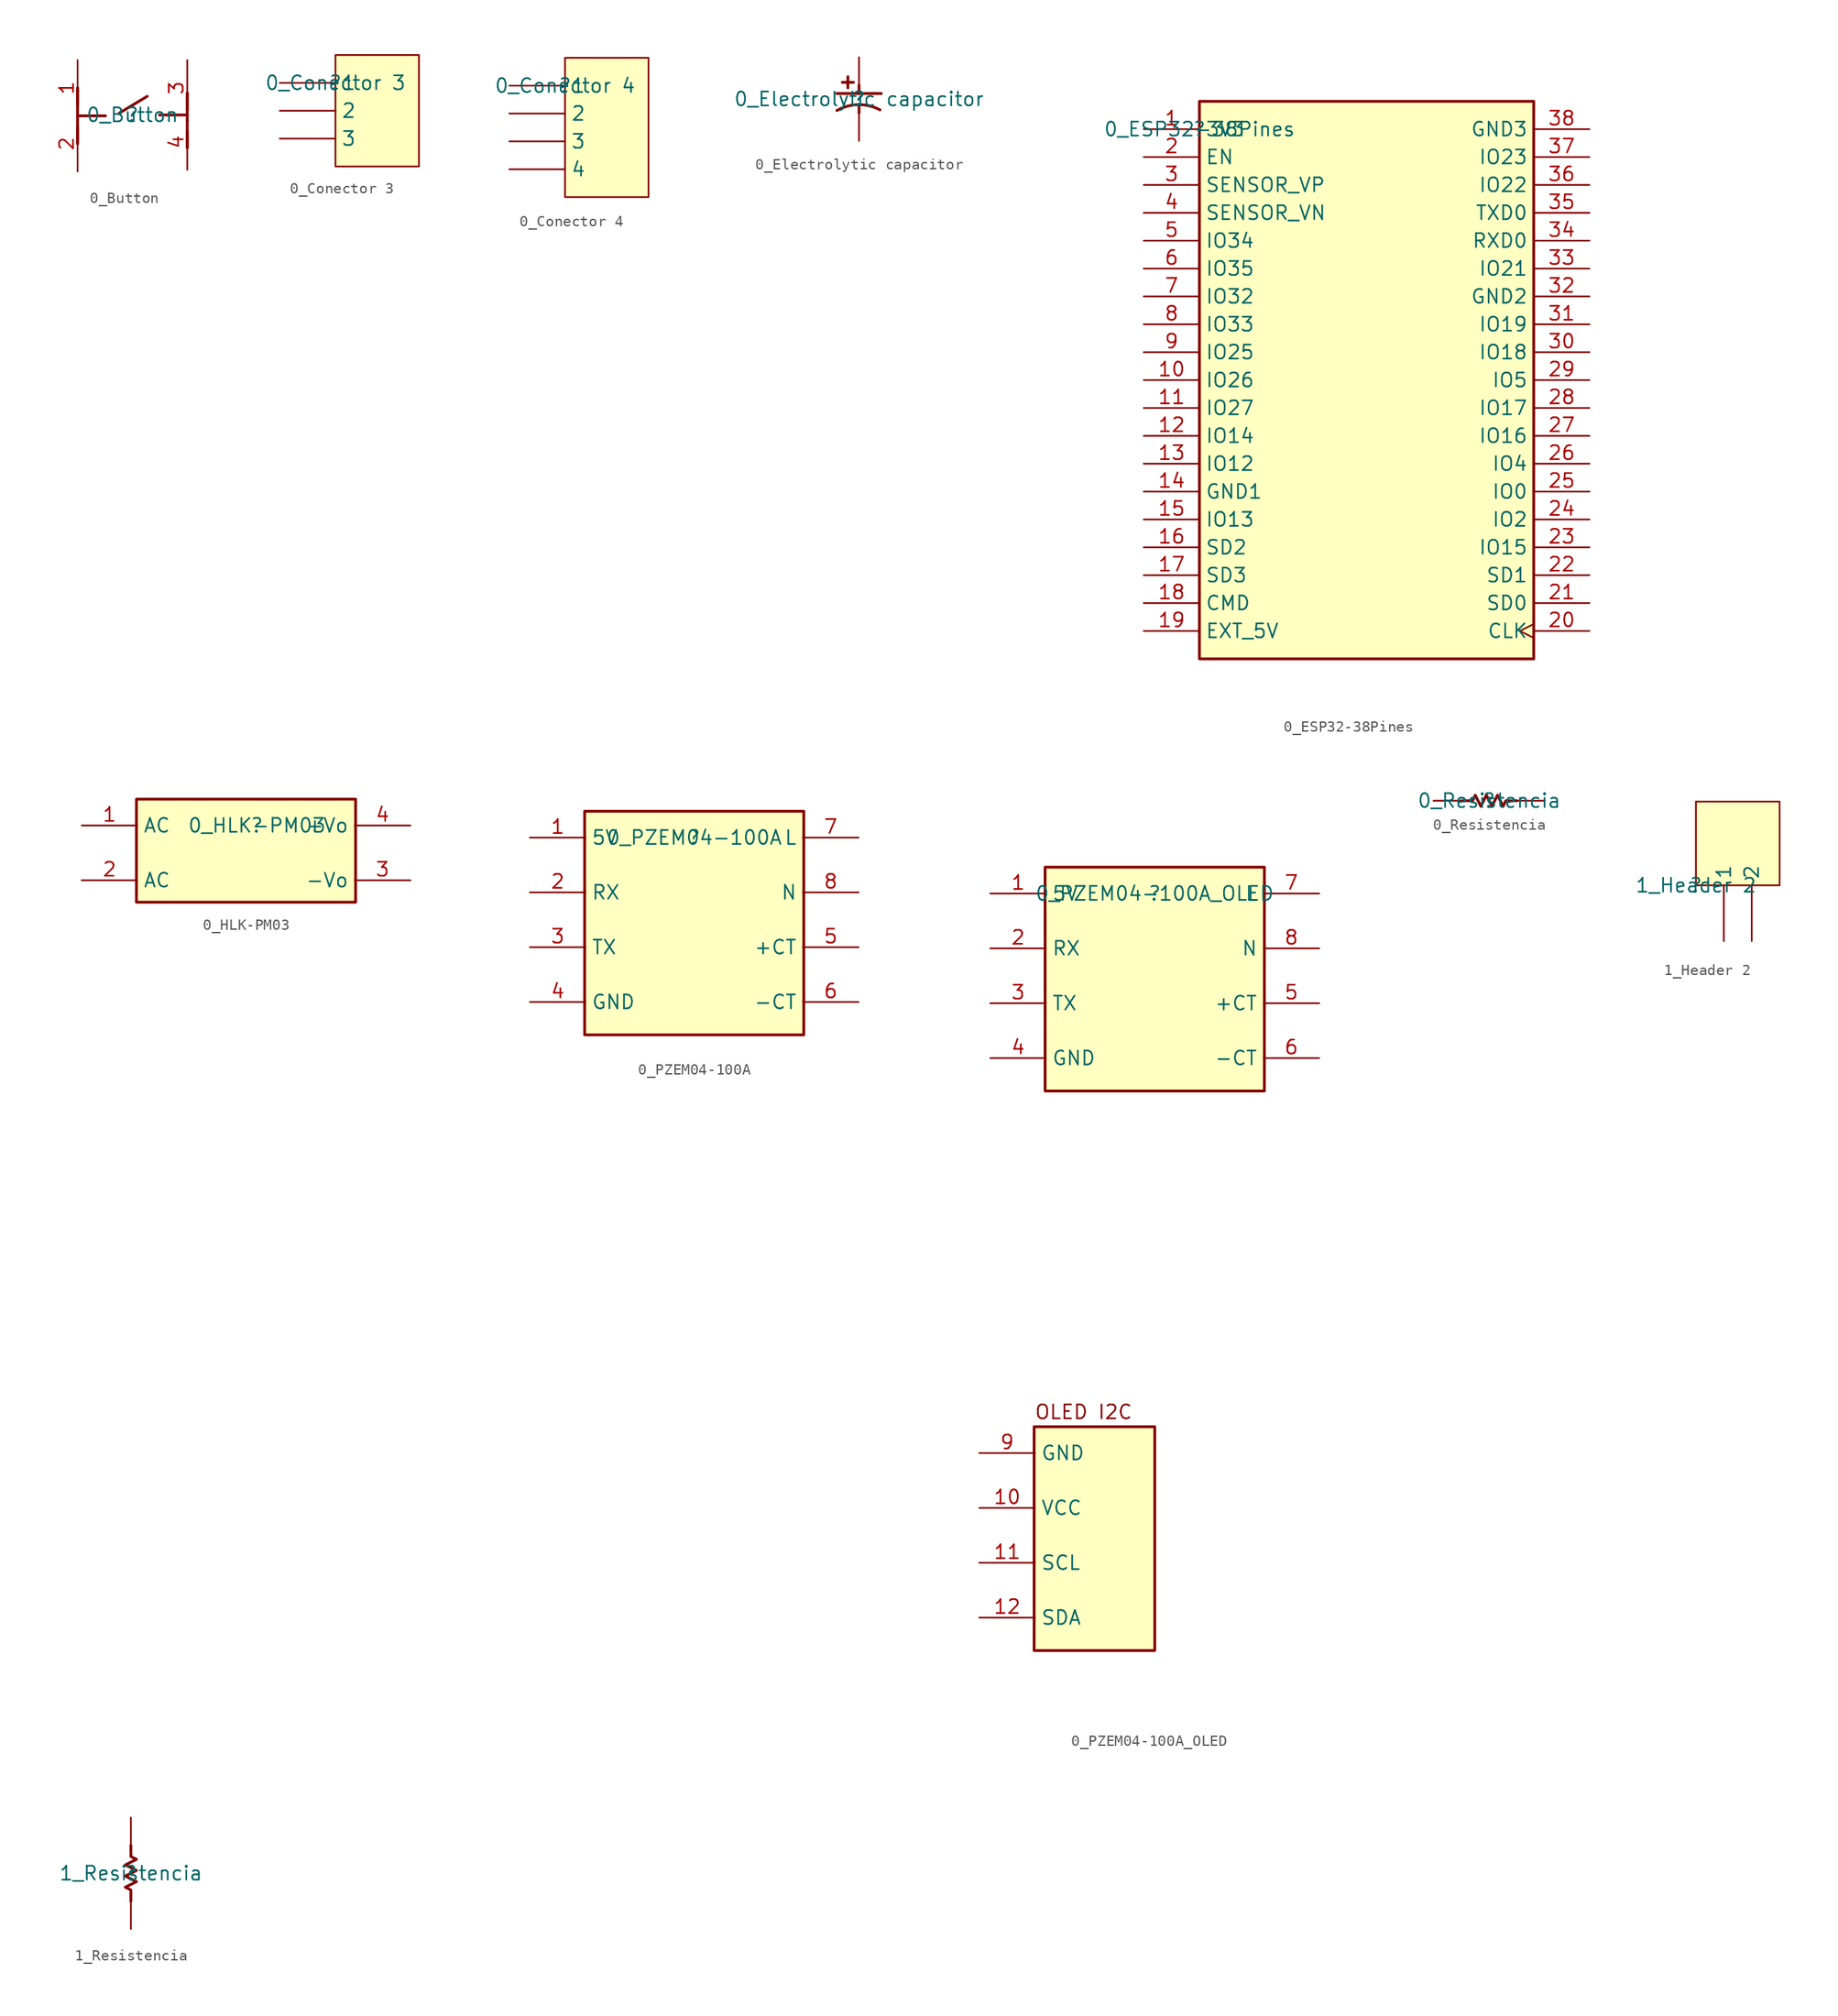
<source format=kicad_sym>
(kicad_symbol_lib
  (version 20211014)
  (generator kicad_symbol_editor)
  (symbol "0_Button"
    (property "Reference" ""
      (at 0 0 0)
      (effects (font (size 1.27 1.27))))
    (property "Value" "0_Button"
      (at 0 0 0)
      (effects (font (size 1.27 1.27))))
    (symbol "0_Button_1_0"
      (polyline (pts (xy -5 -2.62) (xy -5 -1.096)) (stroke (width 0.254) (type default) (color 0 0 0 0)) (fill (type none)))
      (polyline (pts (xy -5 -2.62) (xy -5 -0.08)) (stroke (width 0.254) (type default) (color 0 0 0 0)) (fill (type none)))
      (polyline (pts (xy -5 -0.08) (xy -2.46 -0.08)) (stroke (width 0.254) (type default) (color 0 0 0 0)) (fill (type none)))
      (polyline (pts (xy -5 2.46) (xy -5 -0.08)) (stroke (width 0.254) (type default) (color 0 0 0 0)) (fill (type none)))
      (polyline (pts (xy -5 2.46) (xy -5 0.936)) (stroke (width 0.254) (type default) (color 0 0 0 0)) (fill (type none)))
      (polyline (pts (xy -1.19 0.174) (xy 1.35 1.698)) (stroke (width 0.254) (type default) (color 0 0 0 0)) (fill (type none)))
      (polyline (pts (xy 5 -3) (xy 5 -1.476)) (stroke (width 0.254) (type default) (color 0 0 0 0)) (fill (type none)))
      (polyline (pts (xy 5 -3) (xy 5 -0.46)) (stroke (width 0.254) (type default) (color 0 0 0 0)) (fill (type none)))
      (polyline (pts (xy 5 0) (xy 2.46 0)) (stroke (width 0.254) (type default) (color 0 0 0 0)) (fill (type none)))
      (polyline (pts (xy 5 2) (xy 5 -0.54)) (stroke (width 0.254) (type default) (color 0 0 0 0)) (fill (type none)))
      (polyline (pts (xy 5 2) (xy 5 0.476)) (stroke (width 0.254) (type default) (color 0 0 0 0)) (fill (type none)))
      (pin passive line (at -5 5 270) (length 5.08) (name "1" (effects (font (size 0 0)))) (number "1" (effects (font (size 1.27 1.27)))))
      (pin passive line (at -5 -5.16 90) (length 5.08) (name "2" (effects (font (size 0 0)))) (number "2" (effects (font (size 1.27 1.27)))))
      (pin passive line (at 5 5 270) (length 5.08) (name "3" (effects (font (size 0 0)))) (number "3" (effects (font (size 1.27 1.27)))))
      (pin passive line (at 5 -5 90) (length 5.08) (name "4" (effects (font (size 0 0)))) (number "4" (effects (font (size 1.27 1.27)))))))
  (symbol "0_Conector 3"
    (property "Reference" ""
      (at 0 0 0)
      (effects (font (size 1.27 1.27))))
    (property "Value" "0_Conector 3"
      (at 0 0 0)
      (effects (font (size 1.27 1.27))))
    (symbol "0_Conector 3_1_0"
      (rectangle (start 7.62 2.54) (end 0 -7.62) (stroke (width 0) (type default) (color 0 0 0 0)) (fill (type background)))
      (pin passive line (at -5.08 0 0) (length 5.08) (name "1" (effects (font (size 1.27 1.27)))) (number "1" (effects (font (size 0 0)))))
      (pin passive line (at -5.08 -2.54 0) (length 5.08) (name "2" (effects (font (size 1.27 1.27)))) (number "2" (effects (font (size 0 0)))))
      (pin passive line (at -5.08 -5.08 0) (length 5.08) (name "3" (effects (font (size 1.27 1.27)))) (number "3" (effects (font (size 0 0)))))))
  (symbol "0_Conector 4"
    (property "Reference" ""
      (at 0 0 0)
      (effects (font (size 1.27 1.27))))
    (property "Value" "0_Conector 4"
      (at 0 0 0)
      (effects (font (size 1.27 1.27))))
    (symbol "0_Conector 4_1_0"
      (rectangle (start 7.62 2.54) (end 0 -10.16) (stroke (width 0) (type default) (color 0 0 0 0)) (fill (type background)))
      (pin passive line (at -5.08 0 0) (length 5.08) (name "1" (effects (font (size 1.27 1.27)))) (number "1" (effects (font (size 0 0)))))
      (pin passive line (at -5.08 -2.54 0) (length 5.08) (name "2" (effects (font (size 1.27 1.27)))) (number "2" (effects (font (size 0 0)))))
      (pin passive line (at -5.08 -5.08 0) (length 5.08) (name "3" (effects (font (size 1.27 1.27)))) (number "3" (effects (font (size 0 0)))))
      (pin passive line (at -5.08 -7.62 0) (length 5.08) (name "4" (effects (font (size 1.27 1.27)))) (number "4" (effects (font (size 0 0)))))))
  (symbol "0_Electrolytic capacitor"
    (property "Reference" ""
      (at 0 0 0)
      (effects (font (size 1.27 1.27))))
    (property "Value" "0_Electrolytic capacitor"
      (at 0 0 0)
      (effects (font (size 1.27 1.27))))
    (symbol "0_Electrolytic capacitor_1_0"
      (arc (start 0 -0.508) (mid -1.0431 -0.6441) (end -2.0163 -1.0435) (stroke (width 0.254) (type default) (color 0 0 0 0)) (fill (type none)))
      (polyline (pts (xy -2.032 0.508) (xy 2.032 0.508)) (stroke (width 0.254) (type default) (color 0 0 0 0)) (fill (type none)))
      (polyline (pts (xy -1.524 1.524) (xy -0.508 1.524)) (stroke (width 0.254) (type default) (color 0 0 0 0)) (fill (type none)))
      (polyline (pts (xy -1.016 2.032) (xy -1.016 1.016)) (stroke (width 0.254) (type default) (color 0 0 0 0)) (fill (type none)))
      (polyline (pts (xy 0 -0.508) (xy 0 -1.27)) (stroke (width 0.254) (type default) (color 0 0 0 0)) (fill (type none)))
      (polyline (pts (xy 0 1.27) (xy 0 0.508)) (stroke (width 0.254) (type default) (color 0 0 0 0)) (fill (type none)))
      (arc (start 1.9124 -0.9861) (mid 0.9856 -0.6293) (end 0 -0.508) (stroke (width 0.254) (type default) (color 0 0 0 0)) (fill (type none)))
      (pin passive line (at 0 3.81 270) (length 2.54) (name "1" (effects (font (size 0 0)))) (number "1" (effects (font (size 0 0)))))
      (pin passive line (at 0 -3.81 90) (length 2.54) (name "2" (effects (font (size 0 0)))) (number "2" (effects (font (size 0 0)))))))
  (symbol "0_ESP32-38Pines"
    (property "Reference" ""
      (at 0 0 0)
      (effects (font (size 1.27 1.27))))
    (property "Value" "0_ESP32-38Pines"
      (at 0 0 0)
      (effects (font (size 1.27 1.27))))
    (symbol "0_ESP32-38Pines_1_0"
      (rectangle (start 30.48 2.54) (end 0 -48.26) (stroke (width 0.254) (type default) (color 0 0 0 0)) (fill (type background)))
      (pin power_in line (at -5.08 0 0) (length 5.08) (name "3V3" (effects (font (size 1.27 1.27)))) (number "1" (effects (font (size 1.27 1.27)))))
      (pin bidirectional line (at -5.08 -22.86 0) (length 5.08) (name "IO26" (effects (font (size 1.27 1.27)))) (number "10" (effects (font (size 1.27 1.27)))))
      (pin bidirectional line (at -5.08 -25.4 0) (length 5.08) (name "IO27" (effects (font (size 1.27 1.27)))) (number "11" (effects (font (size 1.27 1.27)))))
      (pin bidirectional line (at -5.08 -27.94 0) (length 5.08) (name "IO14" (effects (font (size 1.27 1.27)))) (number "12" (effects (font (size 1.27 1.27)))))
      (pin bidirectional line (at -5.08 -30.48 0) (length 5.08) (name "IO12" (effects (font (size 1.27 1.27)))) (number "13" (effects (font (size 1.27 1.27)))))
      (pin power_in line (at -5.08 -33.02 0) (length 5.08) (name "GND1" (effects (font (size 1.27 1.27)))) (number "14" (effects (font (size 1.27 1.27)))))
      (pin bidirectional line (at -5.08 -35.56 0) (length 5.08) (name "IO13" (effects (font (size 1.27 1.27)))) (number "15" (effects (font (size 1.27 1.27)))))
      (pin bidirectional line (at -5.08 -38.1 0) (length 5.08) (name "SD2" (effects (font (size 1.27 1.27)))) (number "16" (effects (font (size 1.27 1.27)))))
      (pin bidirectional line (at -5.08 -40.64 0) (length 5.08) (name "SD3" (effects (font (size 1.27 1.27)))) (number "17" (effects (font (size 1.27 1.27)))))
      (pin bidirectional line (at -5.08 -43.18 0) (length 5.08) (name "CMD" (effects (font (size 1.27 1.27)))) (number "18" (effects (font (size 1.27 1.27)))))
      (pin power_in line (at -5.08 -45.72 0) (length 5.08) (name "EXT_5V" (effects (font (size 1.27 1.27)))) (number "19" (effects (font (size 1.27 1.27)))))
      (pin input line (at -5.08 -2.54 0) (length 5.08) (name "EN" (effects (font (size 1.27 1.27)))) (number "2" (effects (font (size 1.27 1.27)))))
      (pin input clock (at 35.56 -45.72 180) (length 5.08) (name "CLK" (effects (font (size 1.27 1.27)))) (number "20" (effects (font (size 1.27 1.27)))))
      (pin bidirectional line (at 35.56 -43.18 180) (length 5.08) (name "SD0" (effects (font (size 1.27 1.27)))) (number "21" (effects (font (size 1.27 1.27)))))
      (pin bidirectional line (at 35.56 -40.64 180) (length 5.08) (name "SD1" (effects (font (size 1.27 1.27)))) (number "22" (effects (font (size 1.27 1.27)))))
      (pin bidirectional line (at 35.56 -38.1 180) (length 5.08) (name "IO15" (effects (font (size 1.27 1.27)))) (number "23" (effects (font (size 1.27 1.27)))))
      (pin bidirectional line (at 35.56 -35.56 180) (length 5.08) (name "IO2" (effects (font (size 1.27 1.27)))) (number "24" (effects (font (size 1.27 1.27)))))
      (pin bidirectional line (at 35.56 -33.02 180) (length 5.08) (name "IO0" (effects (font (size 1.27 1.27)))) (number "25" (effects (font (size 1.27 1.27)))))
      (pin bidirectional line (at 35.56 -30.48 180) (length 5.08) (name "IO4" (effects (font (size 1.27 1.27)))) (number "26" (effects (font (size 1.27 1.27)))))
      (pin bidirectional line (at 35.56 -27.94 180) (length 5.08) (name "IO16" (effects (font (size 1.27 1.27)))) (number "27" (effects (font (size 1.27 1.27)))))
      (pin bidirectional line (at 35.56 -25.4 180) (length 5.08) (name "IO17" (effects (font (size 1.27 1.27)))) (number "28" (effects (font (size 1.27 1.27)))))
      (pin bidirectional line (at 35.56 -22.86 180) (length 5.08) (name "IO5" (effects (font (size 1.27 1.27)))) (number "29" (effects (font (size 1.27 1.27)))))
      (pin input line (at -5.08 -5.08 0) (length 5.08) (name "SENSOR_VP" (effects (font (size 1.27 1.27)))) (number "3" (effects (font (size 1.27 1.27)))))
      (pin bidirectional line (at 35.56 -20.32 180) (length 5.08) (name "IO18" (effects (font (size 1.27 1.27)))) (number "30" (effects (font (size 1.27 1.27)))))
      (pin bidirectional line (at 35.56 -17.78 180) (length 5.08) (name "IO19" (effects (font (size 1.27 1.27)))) (number "31" (effects (font (size 1.27 1.27)))))
      (pin power_in line (at 35.56 -15.24 180) (length 5.08) (name "GND2" (effects (font (size 1.27 1.27)))) (number "32" (effects (font (size 1.27 1.27)))))
      (pin bidirectional line (at 35.56 -12.7 180) (length 5.08) (name "IO21" (effects (font (size 1.27 1.27)))) (number "33" (effects (font (size 1.27 1.27)))))
      (pin input line (at 35.56 -10.16 180) (length 5.08) (name "RXD0" (effects (font (size 1.27 1.27)))) (number "34" (effects (font (size 1.27 1.27)))))
      (pin output line (at 35.56 -7.62 180) (length 5.08) (name "TXD0" (effects (font (size 1.27 1.27)))) (number "35" (effects (font (size 1.27 1.27)))))
      (pin bidirectional line (at 35.56 -5.08 180) (length 5.08) (name "IO22" (effects (font (size 1.27 1.27)))) (number "36" (effects (font (size 1.27 1.27)))))
      (pin bidirectional line (at 35.56 -2.54 180) (length 5.08) (name "IO23" (effects (font (size 1.27 1.27)))) (number "37" (effects (font (size 1.27 1.27)))))
      (pin power_in line (at 35.56 0 180) (length 5.08) (name "GND3" (effects (font (size 1.27 1.27)))) (number "38" (effects (font (size 1.27 1.27)))))
      (pin input line (at -5.08 -7.62 0) (length 5.08) (name "SENSOR_VN" (effects (font (size 1.27 1.27)))) (number "4" (effects (font (size 1.27 1.27)))))
      (pin bidirectional line (at -5.08 -10.16 0) (length 5.08) (name "IO34" (effects (font (size 1.27 1.27)))) (number "5" (effects (font (size 1.27 1.27)))))
      (pin bidirectional line (at -5.08 -12.7 0) (length 5.08) (name "IO35" (effects (font (size 1.27 1.27)))) (number "6" (effects (font (size 1.27 1.27)))))
      (pin bidirectional line (at -5.08 -15.24 0) (length 5.08) (name "IO32" (effects (font (size 1.27 1.27)))) (number "7" (effects (font (size 1.27 1.27)))))
      (pin bidirectional line (at -5.08 -17.78 0) (length 5.08) (name "IO33" (effects (font (size 1.27 1.27)))) (number "8" (effects (font (size 1.27 1.27)))))
      (pin bidirectional line (at -5.08 -20.32 0) (length 5.08) (name "IO25" (effects (font (size 1.27 1.27)))) (number "9" (effects (font (size 1.27 1.27)))))))
  (symbol "0_HLK-PM03"
    (property "Reference" ""
      (at 0 0 0)
      (effects (font (size 1.27 1.27))))
    (property "Value" "0_HLK-PM03"
      (at 0 0 0)
      (effects (font (size 1.27 1.27))))
    (symbol "0_HLK-PM03_1_0"
      (rectangle (start 9 2.4) (end -11 -7) (stroke (width 0.254) (type default) (color 0 0 0 0)) (fill (type background)))
      (pin power_in line (at -16 0 0) (length 5.08) (name "AC" (effects (font (size 1.27 1.27)))) (number "1" (effects (font (size 1.27 1.27)))))
      (pin power_in line (at -16 -5 0) (length 5.08) (name "AC" (effects (font (size 1.27 1.27)))) (number "2" (effects (font (size 1.27 1.27)))))
      (pin power_in line (at 14 -5 180) (length 5.08) (name "-Vo" (effects (font (size 1.27 1.27)))) (number "3" (effects (font (size 1.27 1.27)))))
      (pin power_in line (at 14 0 180) (length 5.08) (name "+Vo" (effects (font (size 1.27 1.27)))) (number "4" (effects (font (size 1.27 1.27)))))))
  (symbol "0_PZEM04-100A"
    (property "Reference" ""
      (at 0 0 0)
      (effects (font (size 1.27 1.27))))
    (property "Value" "0_PZEM04-100A"
      (at 0 0 0)
      (effects (font (size 1.27 1.27))))
    (symbol "0_PZEM04-100A_1_0"
      (rectangle (start 10 2.4) (end -10 -18) (stroke (width 0.254) (type default) (color 0 0 0 0)) (fill (type background)))
      (pin power_in line (at -15 0 0) (length 5.08) (name "5V" (effects (font (size 1.27 1.27)))) (number "1" (effects (font (size 1.27 1.27)))))
      (pin power_in line (at -15 -5 0) (length 5.08) (name "RX" (effects (font (size 1.27 1.27)))) (number "2" (effects (font (size 1.27 1.27)))))
      (pin power_in line (at -15 -10 0) (length 5.08) (name "TX" (effects (font (size 1.27 1.27)))) (number "3" (effects (font (size 1.27 1.27)))))
      (pin power_in line (at -15 -15 0) (length 5.08) (name "GND" (effects (font (size 1.27 1.27)))) (number "4" (effects (font (size 1.27 1.27)))))
      (pin power_in line (at 15 -10 180) (length 5.08) (name "+CT" (effects (font (size 1.27 1.27)))) (number "5" (effects (font (size 1.27 1.27)))))
      (pin power_in line (at 15 -15 180) (length 5.08) (name "-CT" (effects (font (size 1.27 1.27)))) (number "6" (effects (font (size 1.27 1.27)))))
      (pin power_in line (at 15 0 180) (length 5.08) (name "L" (effects (font (size 1.27 1.27)))) (number "7" (effects (font (size 1.27 1.27)))))
      (pin power_in line (at 15 -5 180) (length 5.08) (name "N" (effects (font (size 1.27 1.27)))) (number "8" (effects (font (size 1.27 1.27)))))))
  (symbol "0_PZEM04-100A_OLED"
    (property "Reference" ""
      (at 0 0 0)
      (effects (font (size 1.27 1.27))))
    (property "Value" "0_PZEM04-100A_OLED"
      (at 0 0 0)
      (effects (font (size 1.27 1.27))))
    (symbol "0_PZEM04-100A_OLED_1_0"
      (rectangle (start 0 -48.6) (end -11 -69) (stroke (width 0.254) (type default) (color 0 0 0 0)) (fill (type background)))
      (rectangle (start 10 2.4) (end -10 -18) (stroke (width 0.254) (type default) (color 0 0 0 0)) (fill (type background)))
      (text "OLED I2C" (at -11 -48 0) (effects (font (size 1.27 1.27)) (justify left bottom)))
      (pin power_in line (at -15 0 0) (length 5.08) (name "5V" (effects (font (size 1.27 1.27)))) (number "1" (effects (font (size 1.27 1.27)))))
      (pin power_in line (at -16 -56 0) (length 5.08) (name "VCC" (effects (font (size 1.27 1.27)))) (number "10" (effects (font (size 1.27 1.27)))))
      (pin power_in line (at -16 -61 0) (length 5.08) (name "SCL" (effects (font (size 1.27 1.27)))) (number "11" (effects (font (size 1.27 1.27)))))
      (pin power_in line (at -16 -66 0) (length 5.08) (name "SDA" (effects (font (size 1.27 1.27)))) (number "12" (effects (font (size 1.27 1.27)))))
      (pin power_in line (at -15 -5 0) (length 5.08) (name "RX" (effects (font (size 1.27 1.27)))) (number "2" (effects (font (size 1.27 1.27)))))
      (pin power_in line (at -15 -10 0) (length 5.08) (name "TX" (effects (font (size 1.27 1.27)))) (number "3" (effects (font (size 1.27 1.27)))))
      (pin power_in line (at -15 -15 0) (length 5.08) (name "GND" (effects (font (size 1.27 1.27)))) (number "4" (effects (font (size 1.27 1.27)))))
      (pin power_in line (at 15 -10 180) (length 5.08) (name "+CT" (effects (font (size 1.27 1.27)))) (number "5" (effects (font (size 1.27 1.27)))))
      (pin power_in line (at 15 -15 180) (length 5.08) (name "-CT" (effects (font (size 1.27 1.27)))) (number "6" (effects (font (size 1.27 1.27)))))
      (pin power_in line (at 15 0 180) (length 5.08) (name "L" (effects (font (size 1.27 1.27)))) (number "7" (effects (font (size 1.27 1.27)))))
      (pin power_in line (at 15 -5 180) (length 5.08) (name "N" (effects (font (size 1.27 1.27)))) (number "8" (effects (font (size 1.27 1.27)))))
      (pin power_in line (at -16 -51 0) (length 5.08) (name "GND" (effects (font (size 1.27 1.27)))) (number "9" (effects (font (size 1.27 1.27)))))))
  (symbol "0_Resistencia"
    (property "Reference" ""
      (at 0 0 0)
      (effects (font (size 1.27 1.27))))
    (property "Value" "0_Resistencia"
      (at 0 0 0)
      (effects (font (size 1.27 1.27))))
    (symbol "0_Resistencia_1_0"
      (polyline (pts (xy 2.54 0) (xy 1.524 0) (xy 1.27 -0.508) (xy 0.762 0.508) (xy 0.254 -0.508) (xy -0.254 0.508) (xy -0.762 -0.508) (xy -1.27 0.508) (xy -1.524 0) (xy -2.54 0)) (stroke (width 0.254) (type default) (color 0 0 0 0)) (fill (type none)))
      (pin passive line (at -5.08 0 0) (length 2.54) (name "1" (effects (font (size 0 0)))) (number "1" (effects (font (size 0 0)))))
      (pin passive line (at 5.08 0 180) (length 2.54) (name "2" (effects (font (size 0 0)))) (number "2" (effects (font (size 0 0)))))))
  (symbol "1_Header 2"
    (property "Reference" ""
      (at 0 0 0)
      (effects (font (size 1.27 1.27))))
    (property "Value" "1_Header 2"
      (at 0 0 0)
      (effects (font (size 1.27 1.27))))
    (symbol "1_Header 2_1_0"
      (rectangle (start 7.62 7.62) (end 0 0) (stroke (width 0) (type default) (color 0 0 0 0)) (fill (type background)))
      (pin passive line (at 2.54 -5.08 90) (length 5.08) (name "1" (effects (font (size 1.27 1.27)))) (number "1" (effects (font (size 0 0)))))
      (pin passive line (at 5.08 -5.08 90) (length 5.08) (name "2" (effects (font (size 1.27 1.27)))) (number "2" (effects (font (size 0 0)))))))
  (symbol "1_Resistencia"
    (property "Reference" ""
      (at 0 0 0)
      (effects (font (size 1.27 1.27))))
    (property "Value" "1_Resistencia"
      (at 0 0 0)
      (effects (font (size 1.27 1.27))))
    (symbol "1_Resistencia_1_0"
      (polyline (pts (xy 0 2.54) (xy 0 1.524) (xy 0.508 1.27) (xy -0.508 0.762) (xy 0.508 0.254) (xy -0.508 -0.254) (xy 0.508 -0.762) (xy -0.508 -1.27) (xy 0 -1.524) (xy 0 -2.54)) (stroke (width 0.254) (type default) (color 0 0 0 0)) (fill (type none)))
      (pin passive line (at 0 -5.08 90) (length 2.54) (name "1" (effects (font (size 0 0)))) (number "1" (effects (font (size 0 0)))))
      (pin passive line (at 0 5.08 270) (length 2.54) (name "2" (effects (font (size 0 0)))) (number "2" (effects (font (size 0 0))))))))
</source>
